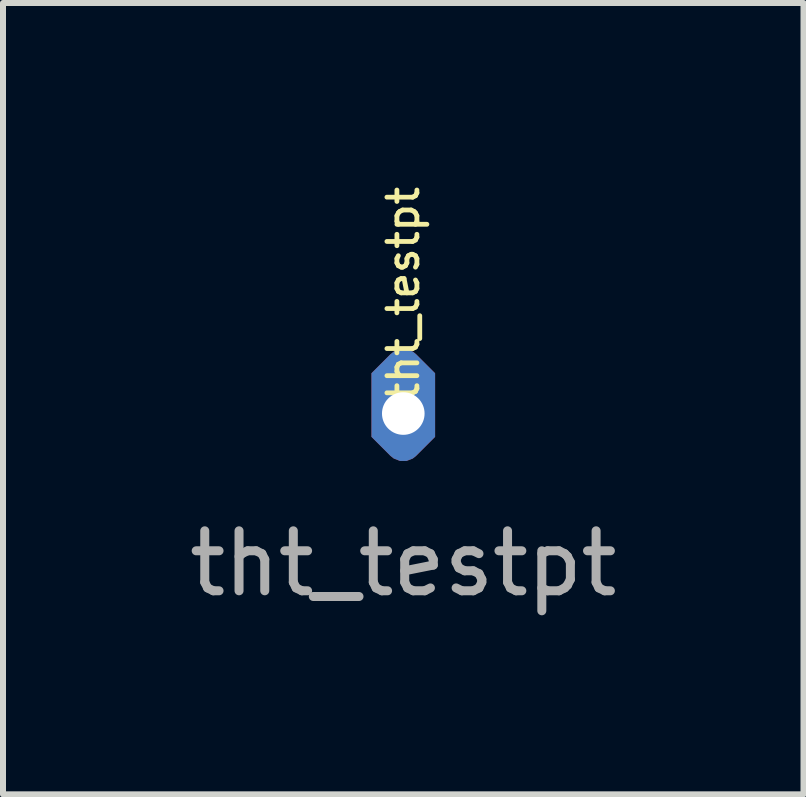
<source format=kicad_pcb>
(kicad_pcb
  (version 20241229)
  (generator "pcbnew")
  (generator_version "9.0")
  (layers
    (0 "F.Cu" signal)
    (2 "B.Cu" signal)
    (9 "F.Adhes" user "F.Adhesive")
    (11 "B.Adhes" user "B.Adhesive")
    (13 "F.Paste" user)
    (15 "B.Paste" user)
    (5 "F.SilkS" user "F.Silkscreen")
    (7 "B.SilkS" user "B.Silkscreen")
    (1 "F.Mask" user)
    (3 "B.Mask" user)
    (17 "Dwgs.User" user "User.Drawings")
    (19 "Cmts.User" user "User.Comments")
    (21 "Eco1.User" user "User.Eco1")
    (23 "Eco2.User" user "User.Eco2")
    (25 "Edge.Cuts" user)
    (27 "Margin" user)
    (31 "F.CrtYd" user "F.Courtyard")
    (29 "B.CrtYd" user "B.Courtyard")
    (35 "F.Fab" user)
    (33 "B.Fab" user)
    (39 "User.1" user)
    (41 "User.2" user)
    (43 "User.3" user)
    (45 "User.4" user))
  (footprint "tht_testpt"
    (layer "F.Cu")
    (at 3.673 3.844)
    (property "Reference" "tht_testpt" (at 0 -2 90) (unlocked yes) (layer "F.SilkS") (effects (font (size 0.5 0.5) (thickness 0.08))))
    (attr through_hole)
    (fp_text user "${REFERENCE}" (at 0 2.5 0) (unlocked yes) (layer "F.Fab") (effects (font (size 1 1) (thickness 0.15))))
    (pad "1" thru_hole roundrect (at 0 0 45) (size 1.5 1.5) (drill 0.71 (offset 0.1 -0.1)) (layers "*.Cu" "*.Mask") (roundrect_rratio 0.2) (chamfer_ratio 0.5) (chamfer top_left bottom_right)))
  (gr_rect
    (start -3 -3)
    (end 10.345 10.192)
    (stroke (width 0.1) (type default))
    (fill no)
    (layer "Edge.Cuts")))
</source>
